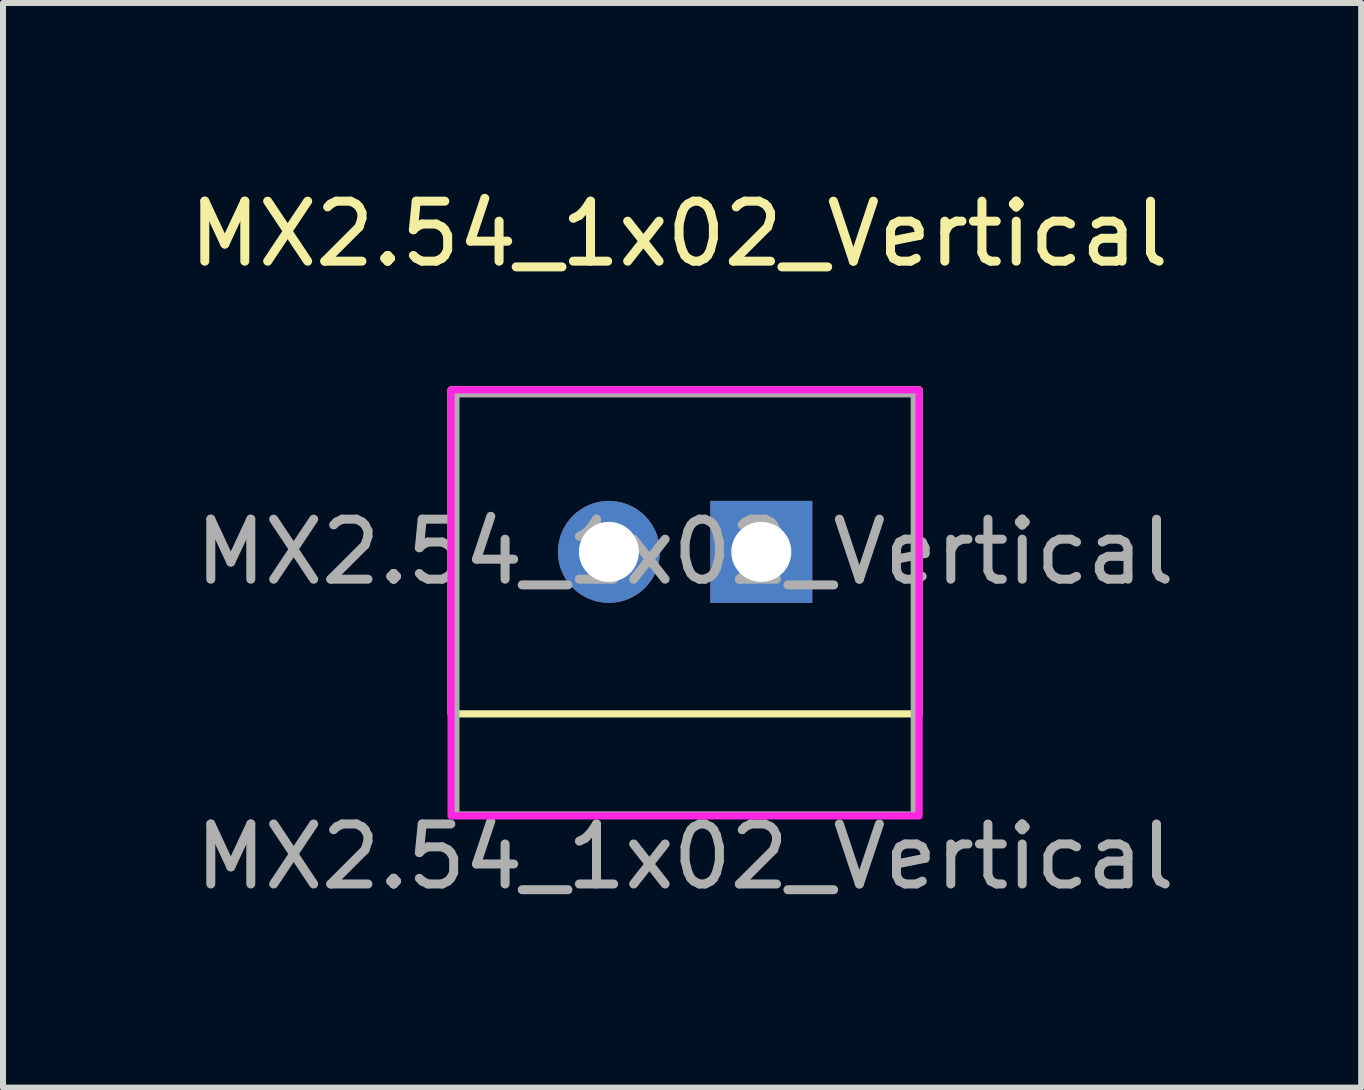
<source format=kicad_pcb>
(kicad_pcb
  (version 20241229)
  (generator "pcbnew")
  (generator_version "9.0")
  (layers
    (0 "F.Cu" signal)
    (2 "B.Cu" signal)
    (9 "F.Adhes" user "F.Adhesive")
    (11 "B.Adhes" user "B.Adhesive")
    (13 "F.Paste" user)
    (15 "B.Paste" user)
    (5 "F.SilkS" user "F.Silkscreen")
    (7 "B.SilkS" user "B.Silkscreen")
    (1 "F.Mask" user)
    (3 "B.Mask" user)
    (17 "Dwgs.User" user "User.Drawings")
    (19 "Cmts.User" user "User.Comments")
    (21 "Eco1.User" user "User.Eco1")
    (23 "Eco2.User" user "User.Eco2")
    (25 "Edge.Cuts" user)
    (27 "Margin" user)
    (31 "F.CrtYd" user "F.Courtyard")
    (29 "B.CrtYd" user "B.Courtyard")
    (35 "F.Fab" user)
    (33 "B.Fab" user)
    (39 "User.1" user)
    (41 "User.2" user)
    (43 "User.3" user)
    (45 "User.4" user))
  (footprint "MX2.54_1x02_Vertical"
    (layer "F.Cu")
    (at 8.368 6.148)
    (property "Reference" "MX2.54_1x02_Vertical" (at -0.1 -5.3 0) (unlocked yes) (layer "F.SilkS") (effects (font (size 1 1) (thickness 0.15))))
    (attr through_hole)
    (fp_rect (start -3.9 -2.7) (end 3.9 2.7) (stroke (width 0.12) (type solid)) (fill no) (layer "F.SilkS"))
    (fp_rect (start -3.9 -2.7) (end 3.9 4.4) (stroke (width 0.12) (type solid)) (fill no) (layer "F.CrtYd"))
    (fp_rect (start -3.81 -2.625) (end 3.81 4.375) (stroke (width 0.1) (type solid)) (fill no) (layer "F.Fab"))
    (fp_text user "${REFERENCE}" (at 0 0 0) (layer "F.Fab") (effects (font (size 1 1) (thickness 0.15))))
    (fp_text user "${REFERENCE}" (at 0 5.08 0) (unlocked yes) (layer "F.Fab") (effects (font (size 1 1) (thickness 0.15))))
    (pad "1" thru_hole rect (at 1.27 0) (size 1.7 1.7) (drill 1) (layers "*.Cu" "*.Mask"))
    (pad "2" thru_hole oval (at -1.27 0) (size 1.7 1.7) (drill 1) (layers "*.Cu" "*.Mask")))
  (gr_rect
    (start -3 -3)
    (end 19.636 15.076)
    (stroke (width 0.1) (type default))
    (fill no)
    (layer "Edge.Cuts")))
</source>
